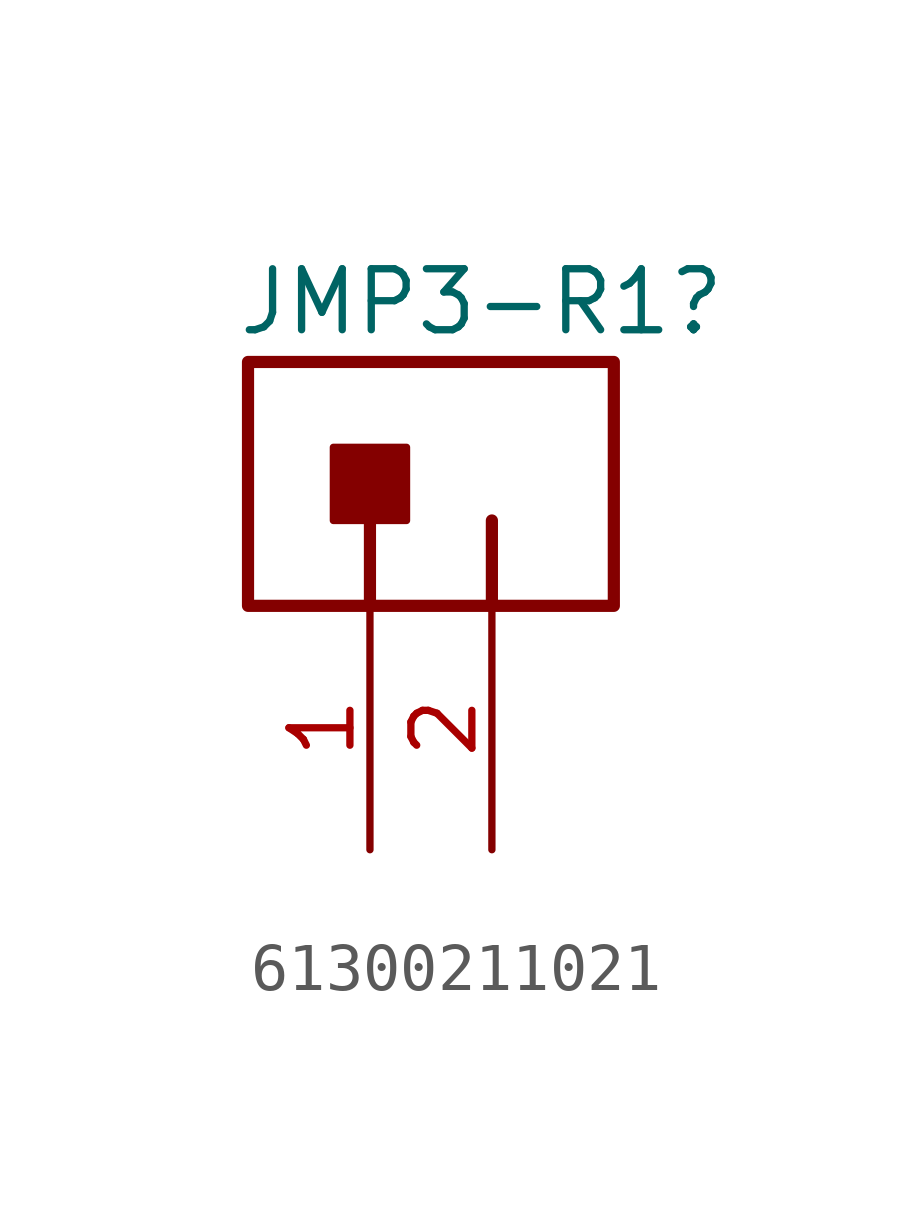
<source format=kicad_sym>
(kicad_symbol_lib
  (version 20241209)
  (generator "kicad_symbol_editor")
  (generator_version "9.0")
  (symbol "61300211021"
    (property "Reference" "JMP3-R1"
      (at -0.254 5.588 0)
      (effects (font (size 1.27 1.27)) (justify left bottom)))
    (symbol "61300211021_1_0"
      (polyline (pts (xy 0 5.08) (xy 0 0) (xy 7.62 0) (xy 7.62 5.08) (xy 0 5.08)) (stroke (width 0.254) (type default)) (fill (type none)))
      (polyline (pts (xy 2.54 0) (xy 2.54 1.778)) (stroke (width 0.254) (type default)) (fill (type none)))
      (rectangle (start 3.302 3.302) (end 1.778 1.778) (stroke (width 0) (type default)) (fill (type outline)))
      (polyline (pts (xy 5.08 0) (xy 5.08 1.778)) (stroke (width 0.254) (type default)) (fill (type none)))
      (pin passive line (at 2.54 -5.08 90) (length 5.08) (name "1" (effects (font (size 0 0)))) (number "1" (effects (font (size 1.27 1.27)))))
      (pin passive line (at 5.08 -5.08 90) (length 5.08) (name "2" (effects (font (size 0 0)))) (number "2" (effects (font (size 1.27 1.27))))))))
</source>
